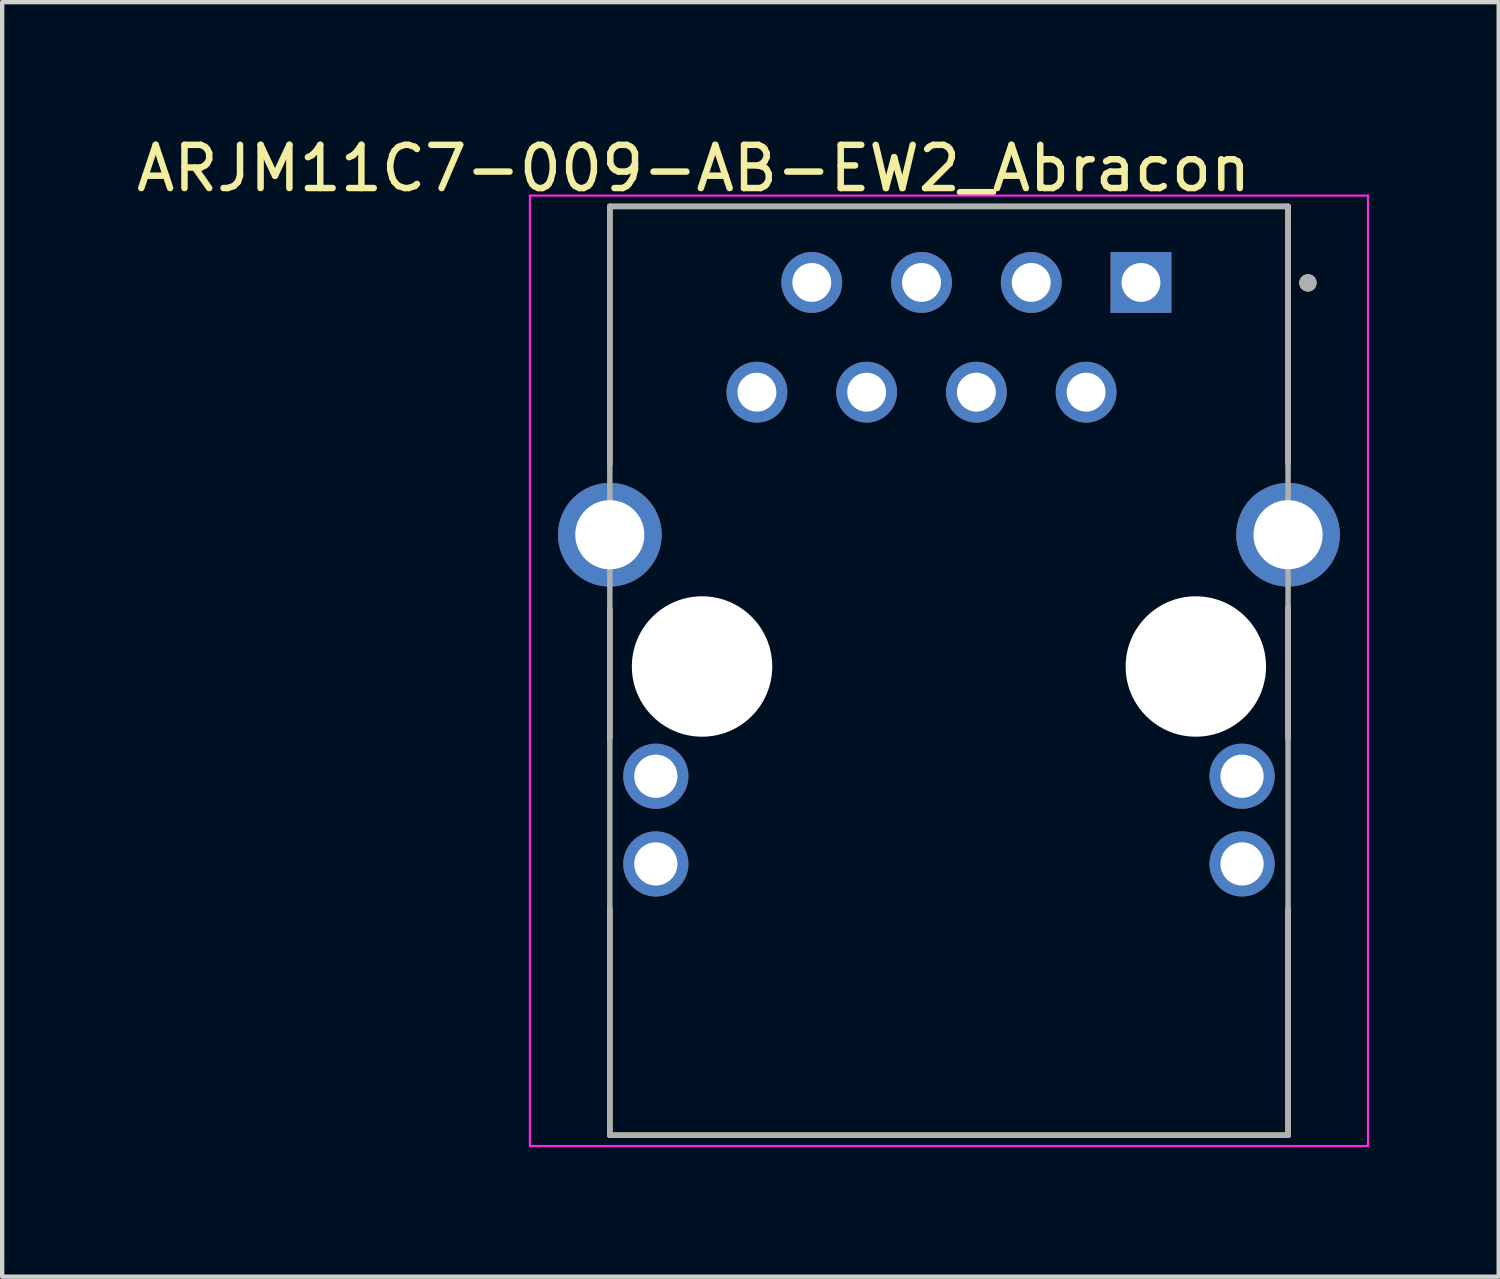
<source format=kicad_pcb>
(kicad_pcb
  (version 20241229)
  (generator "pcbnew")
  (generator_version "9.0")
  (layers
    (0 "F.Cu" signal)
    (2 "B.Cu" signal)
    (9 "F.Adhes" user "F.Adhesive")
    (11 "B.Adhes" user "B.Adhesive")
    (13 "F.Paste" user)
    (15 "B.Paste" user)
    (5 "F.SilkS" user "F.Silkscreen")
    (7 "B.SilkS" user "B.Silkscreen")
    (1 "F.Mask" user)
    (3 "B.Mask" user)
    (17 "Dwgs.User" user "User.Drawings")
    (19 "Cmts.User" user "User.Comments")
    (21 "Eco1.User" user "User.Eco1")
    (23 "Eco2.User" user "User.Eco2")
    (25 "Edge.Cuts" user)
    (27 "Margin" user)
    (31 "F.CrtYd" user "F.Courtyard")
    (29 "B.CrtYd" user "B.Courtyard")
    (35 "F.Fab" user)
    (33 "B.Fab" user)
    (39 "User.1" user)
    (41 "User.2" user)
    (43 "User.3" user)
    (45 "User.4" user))
  (footprint "ARJM11C7-009-AB-EW2_Abracon"
    (layer "F.Cu")
    (at 18.916 12.378)
    (property "Reference" "ARJM11C7-009-AB-EW2_Abracon" (at -5.91 -11.53 0) (layer "F.SilkS") (effects (font (size 1 1) (thickness 0.15))))
    (attr through_hole)
    (fp_line (start -7.85 -10.65) (end -7.85 -4.684) (stroke (width 0.127) (type solid)) (layer "F.SilkS"))
    (fp_line (start -7.85 1.65) (end -7.85 -1.34) (stroke (width 0.127) (type solid)) (layer "F.SilkS"))
    (fp_line (start -7.85 10.85) (end -7.85 5.6) (stroke (width 0.127) (type solid)) (layer "F.SilkS"))
    (fp_line (start -7.85 10.85) (end 7.85 10.85) (stroke (width 0.127) (type solid)) (layer "F.SilkS"))
    (fp_line (start 7.85 -10.65) (end -7.85 -10.65) (stroke (width 0.127) (type solid)) (layer "F.SilkS"))
    (fp_line (start 7.85 -4.693) (end 7.85 -10.65) (stroke (width 0.127) (type solid)) (layer "F.SilkS"))
    (fp_line (start 7.85 1.65) (end 7.85 -1.371) (stroke (width 0.127) (type solid)) (layer "F.SilkS"))
    (fp_line (start 7.85 10.85) (end 7.85 5.6) (stroke (width 0.127) (type solid)) (layer "F.SilkS"))
    (fp_circle (center 8.31 -8.88) (end 8.41 -8.88) (stroke (width 0.2) (type solid)) (fill no) (layer "F.SilkS"))
    (fp_line (start -9.7 -10.9) (end -9.7 11.1) (stroke (width 0.05) (type solid)) (layer "F.CrtYd"))
    (fp_line (start -9.7 11.1) (end 9.7 11.1) (stroke (width 0.05) (type solid)) (layer "F.CrtYd"))
    (fp_line (start 9.7 -10.9) (end -9.7 -10.9) (stroke (width 0.05) (type solid)) (layer "F.CrtYd"))
    (fp_line (start 9.7 11.1) (end 9.7 -10.9) (stroke (width 0.05) (type solid)) (layer "F.CrtYd"))
    (fp_line (start -7.85 -10.65) (end -7.85 10.85) (stroke (width 0.127) (type solid)) (layer "F.Fab"))
    (fp_line (start -7.85 10.85) (end 7.85 10.85) (stroke (width 0.127) (type solid)) (layer "F.Fab"))
    (fp_line (start 7.85 -10.65) (end -7.85 -10.65) (stroke (width 0.127) (type solid)) (layer "F.Fab"))
    (fp_line (start 7.85 10.85) (end 7.85 -10.65) (stroke (width 0.127) (type solid)) (layer "F.Fab"))
    (fp_circle (center 8.31 -8.88) (end 8.41 -8.88) (stroke (width 0.2) (type solid)) (fill no) (layer "F.Fab"))
    (pad "" np_thru_hole circle (at -5.715 0) (size 3.25 3.25) (drill 3.25) (layers "*.Cu" "*.Mask"))
    (pad "" np_thru_hole circle (at 5.715 0) (size 3.25 3.25) (drill 3.25) (layers "*.Cu" "*.Mask"))
    (pad "1" thru_hole rect (at 4.445 -8.89) (size 1.408 1.408) (drill 0.9) (layers "*.Cu" "*.Mask"))
    (pad "2" thru_hole circle (at 3.175 -6.35) (size 1.408 1.408) (drill 0.9) (layers "*.Cu" "*.Mask"))
    (pad "3" thru_hole circle (at 1.905 -8.89) (size 1.408 1.408) (drill 0.9) (layers "*.Cu" "*.Mask"))
    (pad "4" thru_hole circle (at 0.635 -6.35) (size 1.408 1.408) (drill 0.9) (layers "*.Cu" "*.Mask"))
    (pad "5" thru_hole circle (at -0.635 -8.89) (size 1.408 1.408) (drill 0.9) (layers "*.Cu" "*.Mask"))
    (pad "6" thru_hole circle (at -1.905 -6.35) (size 1.408 1.408) (drill 0.9) (layers "*.Cu" "*.Mask"))
    (pad "7" thru_hole circle (at -3.175 -8.89) (size 1.408 1.408) (drill 0.9) (layers "*.Cu" "*.Mask"))
    (pad "8" thru_hole circle (at -4.445 -6.35) (size 1.408 1.408) (drill 0.9) (layers "*.Cu" "*.Mask"))
    (pad "9" thru_hole circle (at -6.785 2.54) (size 1.508 1.508) (drill 1) (layers "*.Cu" "*.Mask"))
    (pad "10" thru_hole circle (at -6.785 4.57) (size 1.508 1.508) (drill 1) (layers "*.Cu" "*.Mask"))
    (pad "11" thru_hole circle (at 6.785 2.54) (size 1.508 1.508) (drill 1) (layers "*.Cu" "*.Mask"))
    (pad "12" thru_hole circle (at 6.785 4.57) (size 1.508 1.508) (drill 1) (layers "*.Cu" "*.Mask"))
    (pad "S1" thru_hole circle (at -7.85 -3.05) (size 2.4 2.4) (drill 1.6) (layers "*.Cu" "*.Mask"))
    (pad "S2" thru_hole circle (at 7.85 -3.05) (size 2.4 2.4) (drill 1.6) (layers "*.Cu" "*.Mask")))
  (gr_rect
    (start -3 -3)
    (end 31.641 26.503)
    (stroke (width 0.1) (type default))
    (fill no)
    (layer "Edge.Cuts")))
</source>
